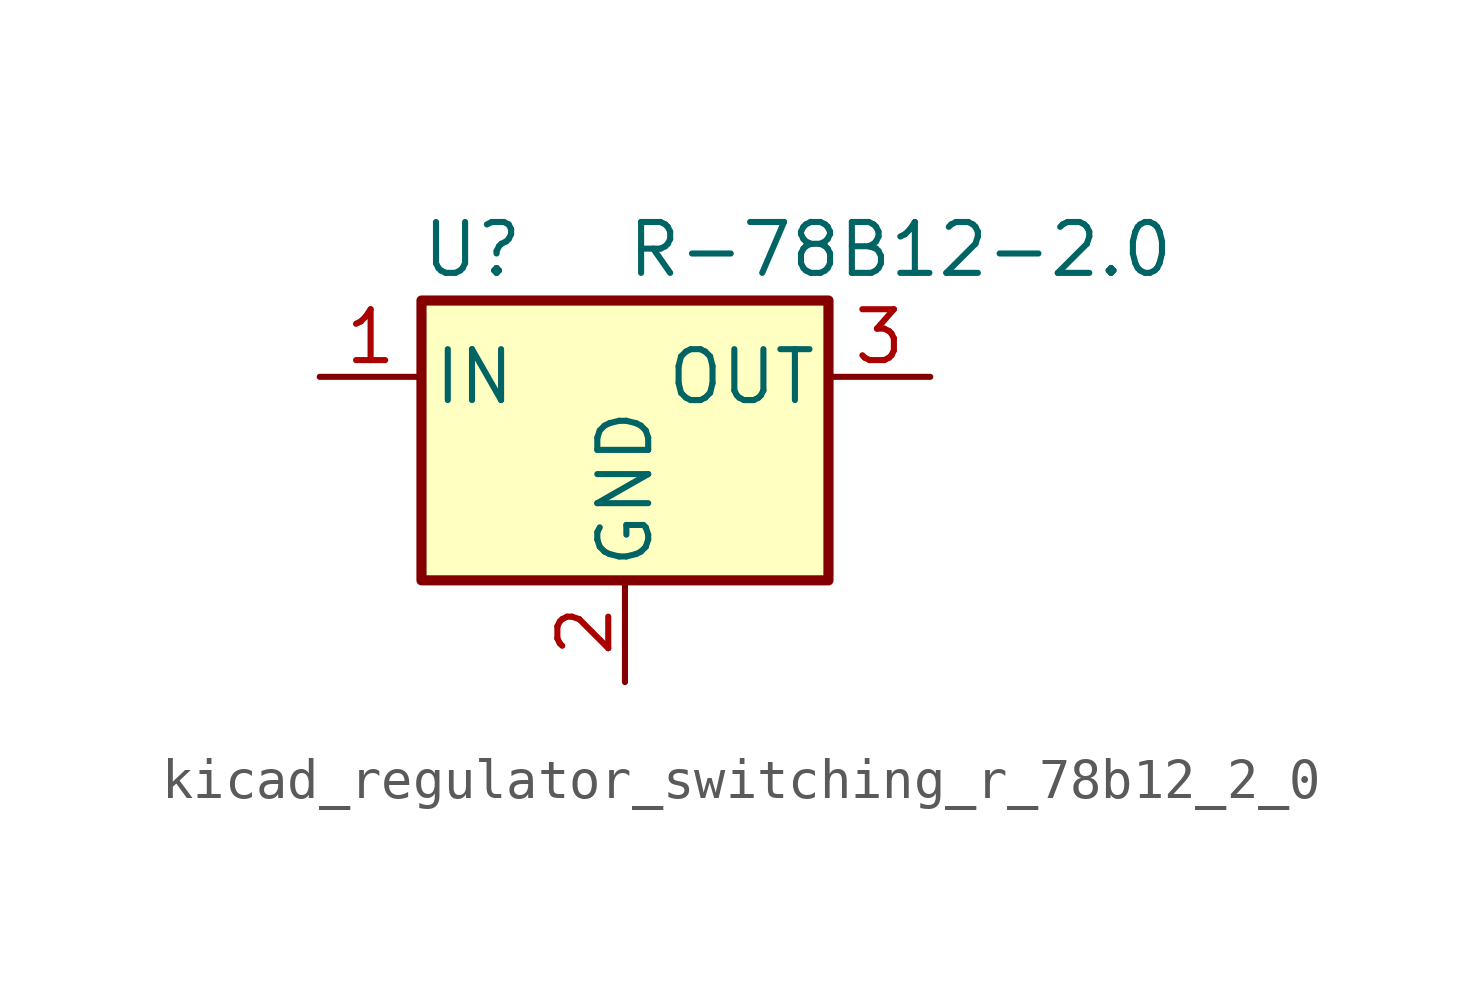
<source format=kicad_sym>
(kicad_symbol_lib
  (version 20220914)
  (generator kicad_symbol_editor)
  (symbol "kicad_regulator_switching_r_78b12_2_0"
    (pin_names
      (offset 0.254))
    (property "Reference" "U"
      (at -3.81 3.175 0)
      (effects (font (size 1.27 1.27))))
    (property "Value" "R-78B12-2.0"
      (at 0 3.175 0)
      (effects (font (size 1.27 1.27)) (justify left)))
    (symbol "kicad_regulator_switching_r_78b12_2_0_0_1"
      (rectangle (start -5.08 1.905) (end 5.08 -5.08) (stroke (width 0.254) (type default)) (fill (type background))))
    (symbol "kicad_regulator_switching_r_78b12_2_0_1_1"
      (pin power_in line (at -7.62 0 0) (length 2.54) (name "IN" (effects (font (size 1.27 1.27)))) (number "1" (effects (font (size 1.27 1.27)))))
      (pin power_in line (at 0 -7.62 90) (length 2.54) (name "GND" (effects (font (size 1.27 1.27)))) (number "2" (effects (font (size 1.27 1.27)))))
      (pin power_out line (at 7.62 0 180) (length 2.54) (name "OUT" (effects (font (size 1.27 1.27)))) (number "3" (effects (font (size 1.27 1.27))))))))
</source>
